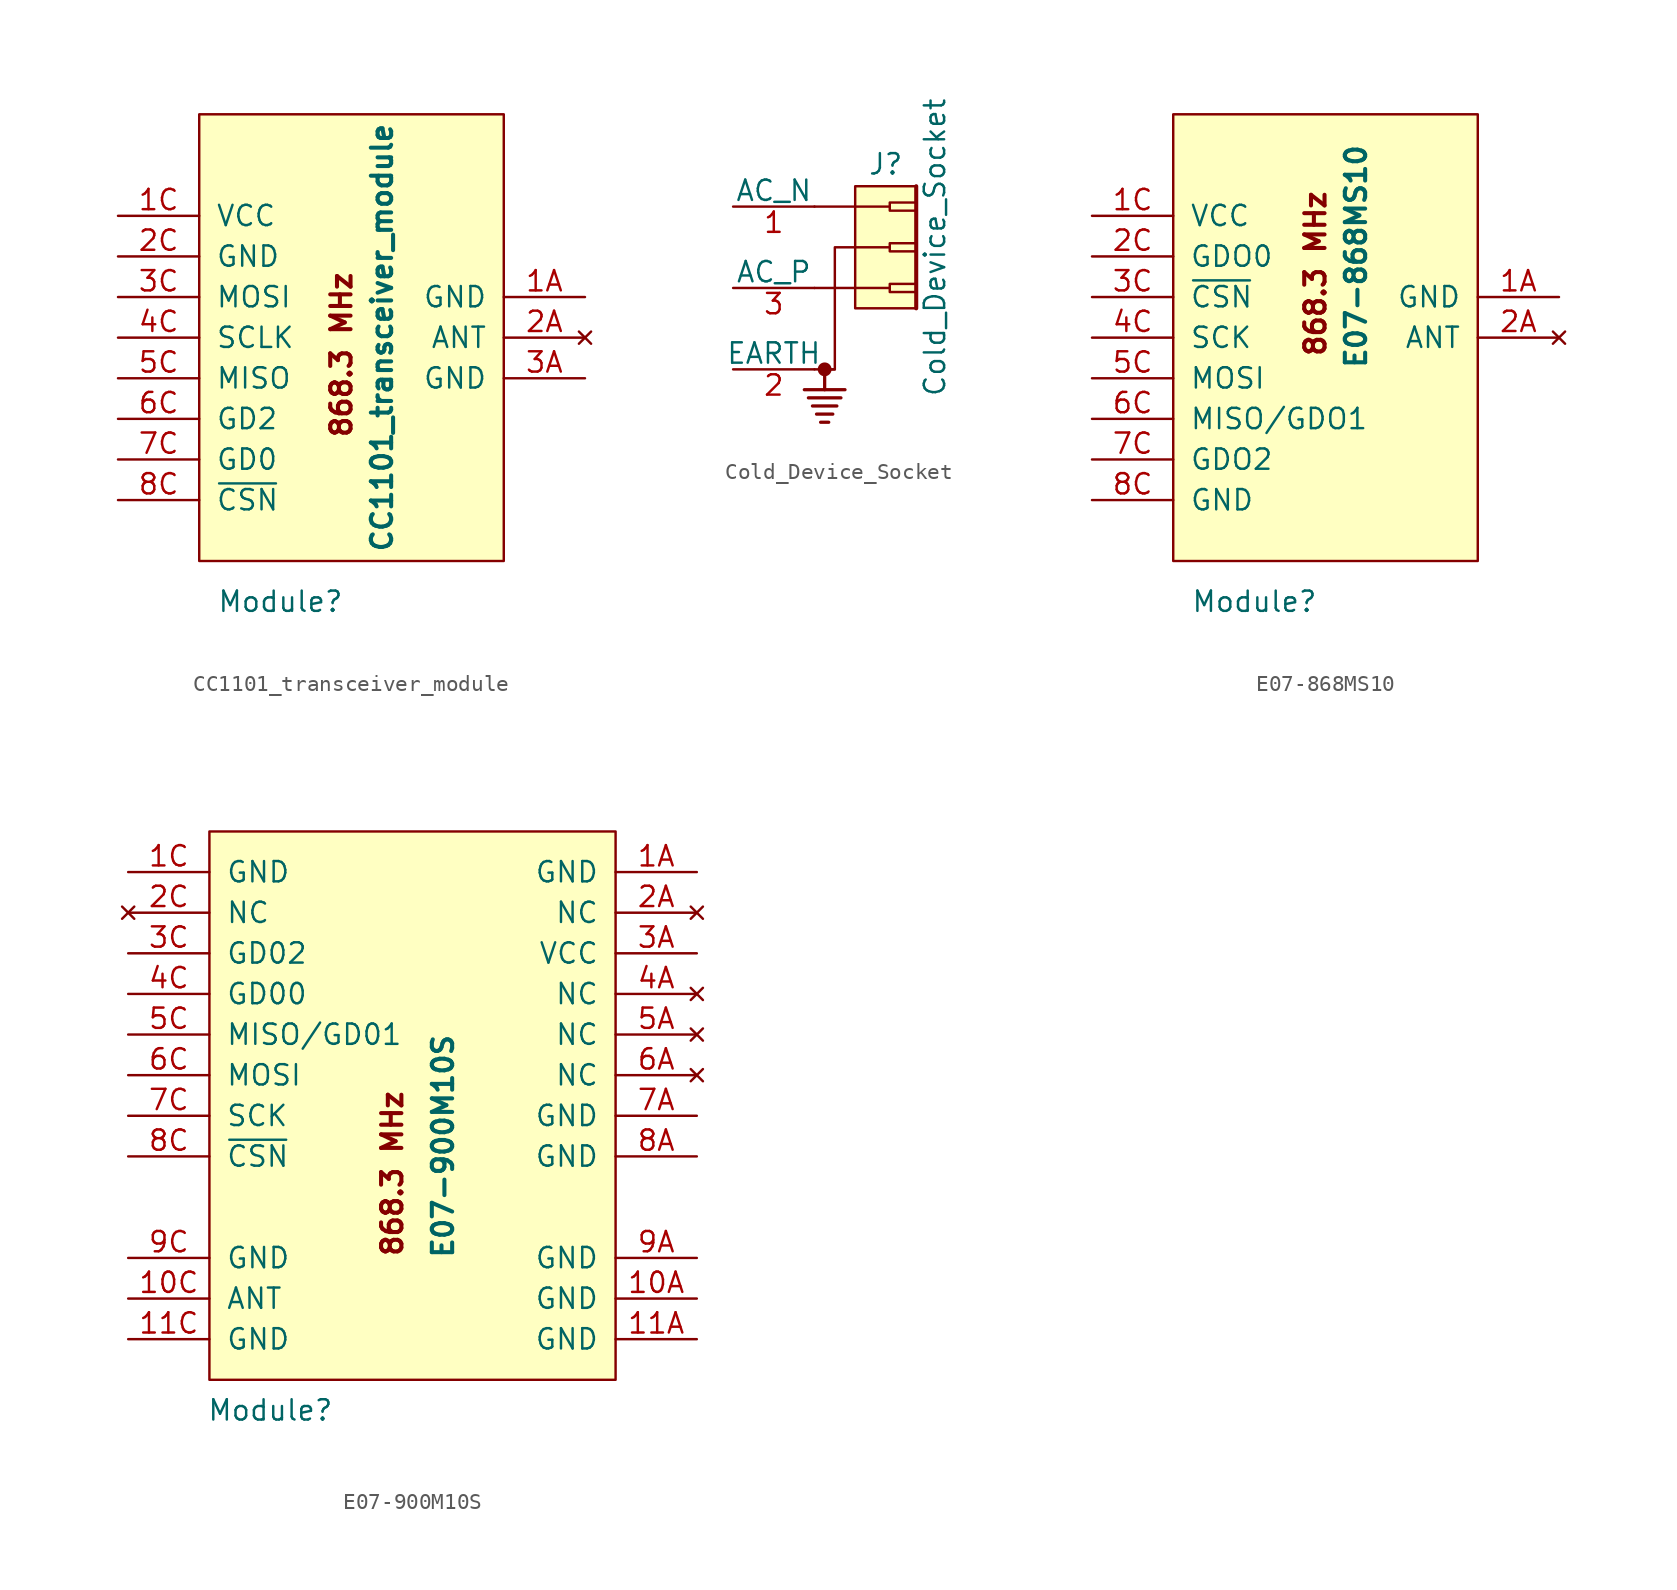
<source format=kicad_sym>
(kicad_symbol_lib
  (version 20211014)
  (generator kicad_symbol_editor)
  (symbol "CC1101_transceiver_module"
    (pin_names
      (offset 1.016))
    (property "Reference" "Module"
      (at 5.08 -2.54 0)
      (effects (font (size 1.27 1.27))))
    (property "Value" "CC1101_transceiver_module"
      (at 11.43 13.97 90)
      (effects (font (size 1.27 1.27) bold)))
    (symbol "CC1101_transceiver_module_0_0"
      (rectangle (start 0 0) (end 19.05 27.94) (stroke (width 0) (type default) (color 0 0 0 0)) (fill (type background)))
      (text "868.3 MHz" (at 8.89 7.62 900) (effects (font (size 1.27 1.27) bold) (justify left))))
    (symbol "CC1101_transceiver_module_1_1"
      (pin power_in line (at 24.13 16.51 180) (length 5.08) (name "GND" (effects (font (size 1.27 1.27)))) (number "1A" (effects (font (size 1.27 1.27)))))
      (pin power_in line (at -5.08 21.59 0) (length 5.08) (name "VCC" (effects (font (size 1.27 1.27)))) (number "1C" (effects (font (size 1.27 1.27)))))
      (pin no_connect line (at 24.13 13.97 180) (length 5.08) (name "ANT" (effects (font (size 1.27 1.27)))) (number "2A" (effects (font (size 1.27 1.27)))))
      (pin power_in line (at -5.08 19.05 0) (length 5.08) (name "GND" (effects (font (size 1.27 1.27)))) (number "2C" (effects (font (size 1.27 1.27)))))
      (pin power_in line (at 24.13 11.43 180) (length 5.08) (name "GND" (effects (font (size 1.27 1.27)))) (number "3A" (effects (font (size 1.27 1.27)))))
      (pin input line (at -5.08 16.51 0) (length 5.08) (name "MOSI" (effects (font (size 1.27 1.27)))) (number "3C" (effects (font (size 1.27 1.27)))))
      (pin input line (at -5.08 13.97 0) (length 5.08) (name "SCLK" (effects (font (size 1.27 1.27)))) (number "4C" (effects (font (size 1.27 1.27)))))
      (pin tri_state line (at -5.08 11.43 0) (length 5.08) (name "MISO" (effects (font (size 1.27 1.27)))) (number "5C" (effects (font (size 1.27 1.27)))))
      (pin output line (at -5.08 8.89 0) (length 5.08) (name "GD2" (effects (font (size 1.27 1.27)))) (number "6C" (effects (font (size 1.27 1.27)))))
      (pin output line (at -5.08 6.35 0) (length 5.08) (name "GD0" (effects (font (size 1.27 1.27)))) (number "7C" (effects (font (size 1.27 1.27)))))
      (pin input line (at -5.08 3.81 0) (length 5.08) (name "~{CSN}" (effects (font (size 1.27 1.27)))) (number "8C" (effects (font (size 1.27 1.27)))))))
  (symbol "Cold_Device_Socket"
    (pin_names
      (offset 0))
    (property "Reference" "J"
      (at 1.905 0.635 0)
      (effects (font (size 1.27 1.27)) (justify bottom)))
    (property "Value" "Cold_Device_Socket"
      (at 5.715 -3.81 90)
      (effects (font (size 1.27 1.27)) (justify bottom)))
    (symbol "Cold_Device_Socket_0_1"
      (circle (center -1.905 -11.43) (radius 0.356) (stroke (width 0) (type default) (color 0 0 0 0)) (fill (type outline)))
      (polyline (pts (xy -3.175 -12.7) (xy -0.635 -12.7)) (stroke (width 0.203) (type default) (color 0 0 0 0)) (fill (type none)))
      (polyline (pts (xy -1.905 -11.43) (xy -1.905 -12.7)) (stroke (width 0.203) (type default) (color 0 0 0 0)) (fill (type none)))
      (polyline (pts (xy -1.651 -14.732) (xy -2.159 -14.732)) (stroke (width 0.203) (type default) (color 0 0 0 0)) (fill (type none)))
      (polyline (pts (xy -1.397 -14.224) (xy -2.413 -14.224)) (stroke (width 0.203) (type default) (color 0 0 0 0)) (fill (type none)))
      (polyline (pts (xy -1.27 -11.43) (xy -2.54 -11.43)) (stroke (width 0) (type default) (color 0 0 0 0)) (fill (type none)))
      (polyline (pts (xy -1.143 -13.716) (xy -2.667 -13.716)) (stroke (width 0.203) (type default) (color 0 0 0 0)) (fill (type none)))
      (polyline (pts (xy -0.889 -13.208) (xy -2.921 -13.208)) (stroke (width 0.203) (type default) (color 0 0 0 0)) (fill (type none)))
      (polyline (pts (xy 2.159 -6.35) (xy -2.54 -6.35)) (stroke (width 0) (type default) (color 0 0 0 0)) (fill (type none)))
      (polyline (pts (xy 2.159 -1.27) (xy -2.54 -1.27)) (stroke (width 0) (type default) (color 0 0 0 0)) (fill (type none)))
      (polyline (pts (xy 3.81 -7.62) (xy 3.81 0)) (stroke (width 0.254) (type default) (color 0 0 0 0)) (fill (type none)))
      (polyline (pts (xy -1.905 -11.43) (xy -1.27 -11.43) (xy -1.27 -3.81) (xy 2.159 -3.81)) (stroke (width 0) (type default) (color 0 0 0 0)) (fill (type none)))
      (rectangle (start 3.81 -7.62) (end 0 0) (stroke (width 0) (type default) (color 0 0 0 0)) (fill (type background)))
      (rectangle (start 3.81 -6.604) (end 2.159 -6.096) (stroke (width 0) (type default) (color 0 0 0 0)) (fill (type none)))
      (rectangle (start 3.81 -4.064) (end 2.159 -3.556) (stroke (width 0) (type default) (color 0 0 0 0)) (fill (type none)))
      (rectangle (start 3.81 -1.524) (end 2.159 -1.016) (stroke (width 0) (type default) (color 0 0 0 0)) (fill (type none))))
    (symbol "Cold_Device_Socket_1_1"
      (pin power_out line (at -7.62 -1.27 0) (length 5.08) (name "AC_N" (effects (font (size 1.27 1.27)))) (number "1" (effects (font (size 1.27 1.27)))))
      (pin power_out line (at -7.62 -11.43 0) (length 5.08) (name "EARTH" (effects (font (size 1.27 1.27)))) (number "2" (effects (font (size 1.27 1.27)))))
      (pin power_out line (at -7.62 -6.35 0) (length 5.08) (name "AC_P" (effects (font (size 1.27 1.27)))) (number "3" (effects (font (size 1.27 1.27)))))))
  (symbol "E07-868MS10"
    (pin_names
      (offset 1.016))
    (property "Reference" "Module"
      (at 5.08 -2.54 0)
      (effects (font (size 1.27 1.27))))
    (property "Value" "E07-868MS10"
      (at 11.43 19.05 90)
      (effects (font (size 1.27 1.27) bold)))
    (symbol "E07-868MS10_0_0"
      (rectangle (start 0 0) (end 19.05 27.94) (stroke (width 0) (type default) (color 0 0 0 0)) (fill (type background)))
      (text "868.3 MHz" (at 8.89 12.7 900) (effects (font (size 1.27 1.27) bold) (justify left))))
    (symbol "E07-868MS10_1_1"
      (pin power_in line (at 24.13 16.51 180) (length 5.08) (name "GND" (effects (font (size 1.27 1.27)))) (number "1A" (effects (font (size 1.27 1.27)))))
      (pin power_in line (at -5.08 21.59 0) (length 5.08) (name "VCC" (effects (font (size 1.27 1.27)))) (number "1C" (effects (font (size 1.27 1.27)))))
      (pin no_connect line (at 24.13 13.97 180) (length 5.08) (name "ANT" (effects (font (size 1.27 1.27)))) (number "2A" (effects (font (size 1.27 1.27)))))
      (pin output line (at -5.08 19.05 0) (length 5.08) (name "GDO0" (effects (font (size 1.27 1.27)))) (number "2C" (effects (font (size 1.27 1.27)))))
      (pin input line (at -5.08 16.51 0) (length 5.08) (name "~{CSN}" (effects (font (size 1.27 1.27)))) (number "3C" (effects (font (size 1.27 1.27)))))
      (pin input line (at -5.08 13.97 0) (length 5.08) (name "SCK" (effects (font (size 1.27 1.27)))) (number "4C" (effects (font (size 1.27 1.27)))))
      (pin input line (at -5.08 11.43 0) (length 5.08) (name "MOSI" (effects (font (size 1.27 1.27)))) (number "5C" (effects (font (size 1.27 1.27)))))
      (pin tri_state line (at -5.08 8.89 0) (length 5.08) (name "MISO/GDO1" (effects (font (size 1.27 1.27)))) (number "6C" (effects (font (size 1.27 1.27)))))
      (pin output line (at -5.08 6.35 0) (length 5.08) (name "GDO2" (effects (font (size 1.27 1.27)))) (number "7C" (effects (font (size 1.27 1.27)))))
      (pin power_in line (at -5.08 3.81 0) (length 5.08) (name "GND" (effects (font (size 1.27 1.27)))) (number "8C" (effects (font (size 1.27 1.27)))))))
  (symbol "E07-900M10S"
    (pin_names
      (offset 1.016))
    (property "Reference" "Module"
      (at 3.81 -1.905 0)
      (effects (font (size 1.27 1.27))))
    (property "Value" "E07-900M10S"
      (at 14.605 14.605 90)
      (effects (font (size 1.27 1.27) bold)))
    (symbol "E07-900M10S_0_0"
      (rectangle (start 0 34.29) (end 25.4 0) (stroke (width 0) (type default) (color 0 0 0 0)) (fill (type background)))
      (text "868.3 MHz" (at 11.43 7.62 900) (effects (font (size 1.27 1.27) bold) (justify left)))
      (pin output line (at -5.08 5.08 0) (length 5.08) (name "ANT" (effects (font (size 1.27 1.27)))) (number "10C" (effects (font (size 1.27 1.27)))))
      (pin power_in line (at 30.48 2.54 180) (length 5.08) (name "GND" (effects (font (size 1.27 1.27)))) (number "11A" (effects (font (size 1.27 1.27)))))
      (pin power_in line (at -5.08 2.54 0) (length 5.08) (name "GND" (effects (font (size 1.27 1.27)))) (number "11C" (effects (font (size 1.27 1.27)))))
      (pin power_in line (at -5.08 31.75 0) (length 5.08) (name "GND" (effects (font (size 1.27 1.27)))) (number "1C" (effects (font (size 1.27 1.27)))))
      (pin no_connect line (at -5.08 29.21 0) (length 5.08) (name "NC" (effects (font (size 1.27 1.27)))) (number "2C" (effects (font (size 1.27 1.27)))))
      (pin output line (at -5.08 26.67 0) (length 5.08) (name "GD02" (effects (font (size 1.27 1.27)))) (number "3C" (effects (font (size 1.27 1.27)))))
      (pin output line (at -5.08 24.13 0) (length 5.08) (name "GD00" (effects (font (size 1.27 1.27)))) (number "4C" (effects (font (size 1.27 1.27)))))
      (pin tri_state line (at -5.08 21.59 0) (length 5.08) (name "MISO/GD01" (effects (font (size 1.27 1.27)))) (number "5C" (effects (font (size 1.27 1.27)))))
      (pin input line (at -5.08 19.05 0) (length 5.08) (name "MOSI" (effects (font (size 1.27 1.27)))) (number "6C" (effects (font (size 1.27 1.27)))))
      (pin input line (at -5.08 16.51 0) (length 5.08) (name "SCK" (effects (font (size 1.27 1.27)))) (number "7C" (effects (font (size 1.27 1.27)))))
      (pin input line (at -5.08 13.97 0) (length 5.08) (name "~{CSN}" (effects (font (size 1.27 1.27)))) (number "8C" (effects (font (size 1.27 1.27)))))
      (pin power_in line (at -5.08 7.62 0) (length 5.08) (name "GND" (effects (font (size 1.27 1.27)))) (number "9C" (effects (font (size 1.27 1.27))))))
    (symbol "E07-900M10S_1_1"
      (pin power_in line (at 30.48 5.08 180) (length 5.08) (name "GND" (effects (font (size 1.27 1.27)))) (number "10A" (effects (font (size 1.27 1.27)))))
      (pin power_in line (at 30.48 31.75 180) (length 5.08) (name "GND" (effects (font (size 1.27 1.27)))) (number "1A" (effects (font (size 1.27 1.27)))))
      (pin no_connect line (at 30.48 29.21 180) (length 5.08) (name "NC" (effects (font (size 1.27 1.27)))) (number "2A" (effects (font (size 1.27 1.27)))))
      (pin power_in line (at 30.48 26.67 180) (length 5.08) (name "VCC" (effects (font (size 1.27 1.27)))) (number "3A" (effects (font (size 1.27 1.27)))))
      (pin no_connect line (at 30.48 24.13 180) (length 5.08) (name "NC" (effects (font (size 1.27 1.27)))) (number "4A" (effects (font (size 1.27 1.27)))))
      (pin no_connect line (at 30.48 21.59 180) (length 5.08) (name "NC" (effects (font (size 1.27 1.27)))) (number "5A" (effects (font (size 1.27 1.27)))))
      (pin no_connect line (at 30.48 19.05 180) (length 5.08) (name "NC" (effects (font (size 1.27 1.27)))) (number "6A" (effects (font (size 1.27 1.27)))))
      (pin power_in line (at 30.48 16.51 180) (length 5.08) (name "GND" (effects (font (size 1.27 1.27)))) (number "7A" (effects (font (size 1.27 1.27)))))
      (pin power_in line (at 30.48 13.97 180) (length 5.08) (name "GND" (effects (font (size 1.27 1.27)))) (number "8A" (effects (font (size 1.27 1.27)))))
      (pin power_in line (at 30.48 7.62 180) (length 5.08) (name "GND" (effects (font (size 1.27 1.27)))) (number "9A" (effects (font (size 1.27 1.27))))))))
</source>
